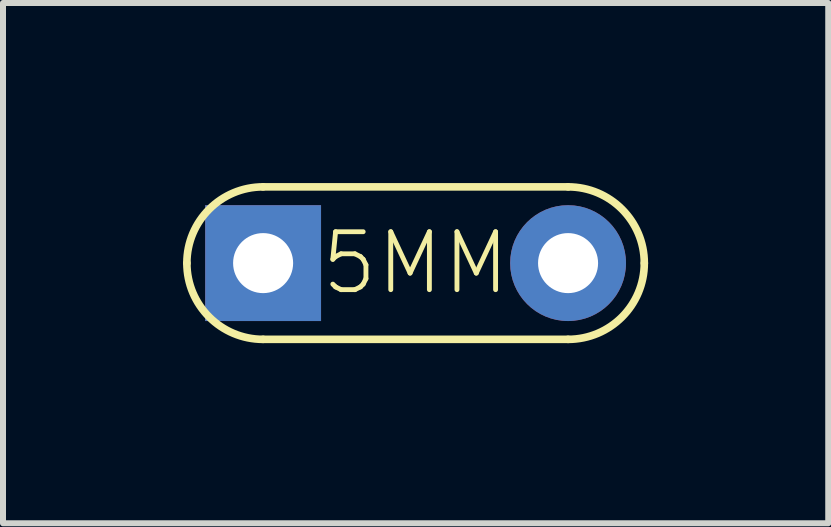
<source format=kicad_pcb>
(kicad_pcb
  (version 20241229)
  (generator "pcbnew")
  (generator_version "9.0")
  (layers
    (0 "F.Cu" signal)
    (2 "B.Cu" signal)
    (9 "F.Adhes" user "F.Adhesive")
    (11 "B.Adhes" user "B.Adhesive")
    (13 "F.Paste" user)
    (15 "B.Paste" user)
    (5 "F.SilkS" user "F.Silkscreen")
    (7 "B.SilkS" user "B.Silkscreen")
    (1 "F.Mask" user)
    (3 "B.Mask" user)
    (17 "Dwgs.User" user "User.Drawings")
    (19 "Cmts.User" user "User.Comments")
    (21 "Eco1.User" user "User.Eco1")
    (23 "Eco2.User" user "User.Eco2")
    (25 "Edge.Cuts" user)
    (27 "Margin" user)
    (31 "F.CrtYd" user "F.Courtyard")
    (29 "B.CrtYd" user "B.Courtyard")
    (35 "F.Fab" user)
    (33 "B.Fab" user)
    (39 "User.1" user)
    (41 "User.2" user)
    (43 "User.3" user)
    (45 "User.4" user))
  (footprint "5MM"
    (layer "F.Cu")
    (at 3.873 1.333)
    (property "Reference" "5MM" (at 0 0 0) (layer "F.SilkS") (effects (font (size 0.965 0.965) (thickness 0.081))))
    (attr through_hole)
    (fp_line (start -2.54 -1.27) (end 2.54 -1.27) (stroke (width 0.127) (type solid)) (layer "F.SilkS"))
    (fp_line (start 2.54 1.27) (end -2.54 1.27) (stroke (width 0.127) (type solid)) (layer "F.SilkS"))
    (fp_arc (start -3.81 0) (mid -3.438026 -0.898026) (end -2.54 -1.27) (stroke (width 0.127) (type solid)) (layer "F.SilkS"))
    (fp_arc (start -2.54 1.27) (mid -3.438026 0.898026) (end -3.81 0) (stroke (width 0.127) (type solid)) (layer "F.SilkS"))
    (fp_arc (start 2.54 -1.27) (mid 3.438026 -0.898026) (end 3.81 0) (stroke (width 0.127) (type solid)) (layer "F.SilkS"))
    (fp_arc (start 3.81 0) (mid 3.438026 0.898026) (end 2.54 1.27) (stroke (width 0.127) (type solid)) (layer "F.SilkS"))
    (pad "1" thru_hole rect (at -2.54 0) (size 1.93 1.93) (drill 1) (layers "*.Cu" "*.Mask"))
    (pad "2" thru_hole oval (at 2.54 0) (size 1.93 1.93) (drill 1) (layers "*.Cu" "*.Mask")))
  (gr_rect
    (start -3 -3)
    (end 10.747 5.667)
    (stroke (width 0.1) (type default))
    (fill no)
    (layer "Edge.Cuts")))
</source>
